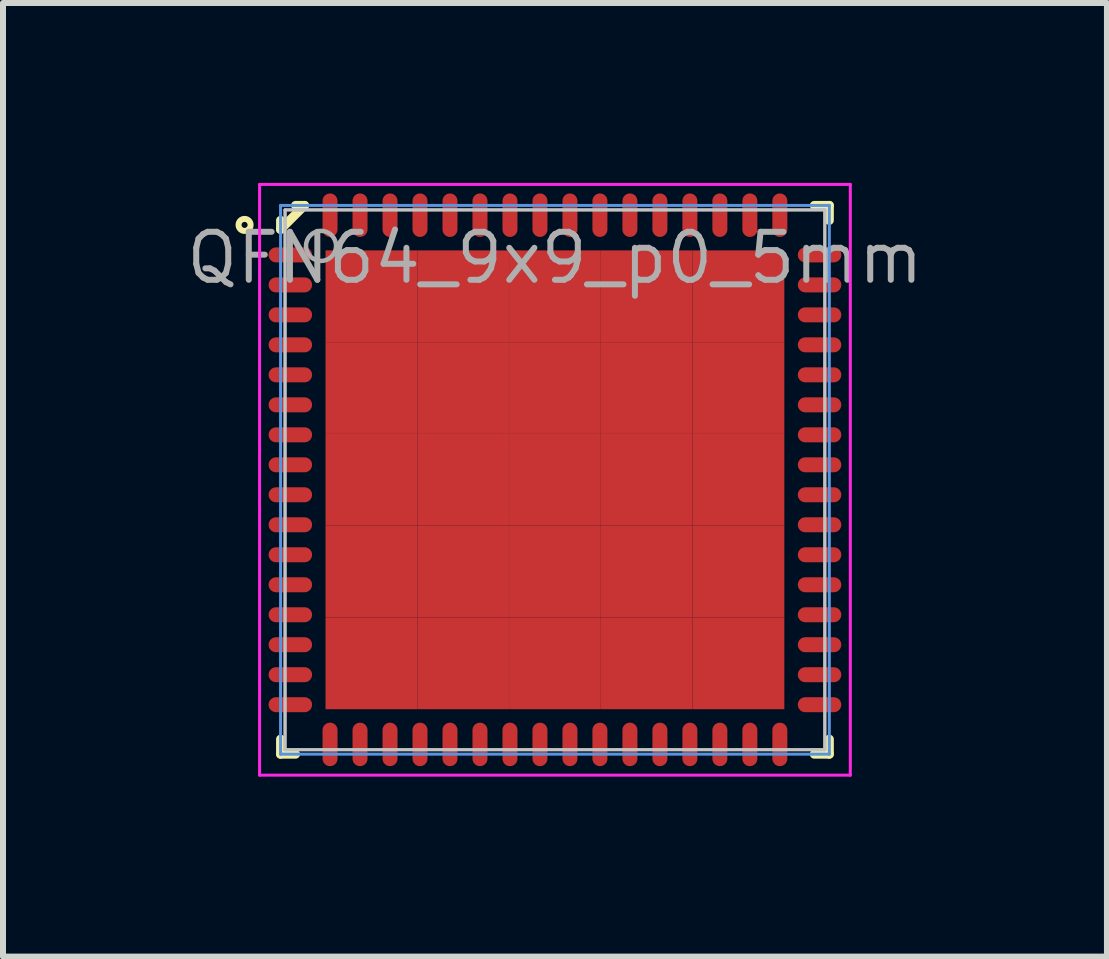
<source format=kicad_pcb>
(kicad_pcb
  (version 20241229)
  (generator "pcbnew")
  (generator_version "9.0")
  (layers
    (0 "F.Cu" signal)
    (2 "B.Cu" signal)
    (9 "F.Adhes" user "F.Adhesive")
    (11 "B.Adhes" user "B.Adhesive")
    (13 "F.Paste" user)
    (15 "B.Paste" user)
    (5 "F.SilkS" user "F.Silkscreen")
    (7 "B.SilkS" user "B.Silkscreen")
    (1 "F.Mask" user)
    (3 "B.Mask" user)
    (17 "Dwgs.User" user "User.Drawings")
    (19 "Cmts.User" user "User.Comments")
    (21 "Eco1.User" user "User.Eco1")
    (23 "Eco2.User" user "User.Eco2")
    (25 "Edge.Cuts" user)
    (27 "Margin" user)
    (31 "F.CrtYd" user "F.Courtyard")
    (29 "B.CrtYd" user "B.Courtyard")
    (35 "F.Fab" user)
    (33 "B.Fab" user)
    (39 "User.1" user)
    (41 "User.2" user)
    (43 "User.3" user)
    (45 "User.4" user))
  (footprint "QFN64_9x9_p0_5mm"
    (layer "F.Cu")
    (at 6.203 4.95)
    (property "Reference" "QFN64_9x9_p0_5mm" (at 0 -3.7 0) (layer "F.Fab") (effects (font (size 0.8 0.8) (thickness 0.1))))
    (attr through_hole)
    (fp_line (start -4.575 -4.175) (end -4.575 -4.325) (stroke (width 0.15) (type solid)) (layer "F.SilkS"))
    (fp_line (start -4.575 -4.175) (end -4.175 -4.575) (stroke (width 0.15) (type solid)) (layer "F.SilkS"))
    (fp_line (start -4.575 4.575) (end -4.575 4.325) (stroke (width 0.15) (type solid)) (layer "F.SilkS"))
    (fp_line (start -4.575 4.575) (end -4.325 4.575) (stroke (width 0.15) (type solid)) (layer "F.SilkS"))
    (fp_line (start -4.325 -4.575) (end -4.175 -4.575) (stroke (width 0.15) (type solid)) (layer "F.SilkS"))
    (fp_line (start 4.575 -4.575) (end 4.325 -4.575) (stroke (width 0.15) (type solid)) (layer "F.SilkS"))
    (fp_line (start 4.575 -4.575) (end 4.575 -4.325) (stroke (width 0.15) (type solid)) (layer "F.SilkS"))
    (fp_line (start 4.575 4.575) (end 4.325 4.575) (stroke (width 0.15) (type solid)) (layer "F.SilkS"))
    (fp_line (start 4.575 4.575) (end 4.575 4.325) (stroke (width 0.15) (type solid)) (layer "F.SilkS"))
    (fp_circle (center -5.175 -4.25) (end -5.104 -4.179) (stroke (width 0.1) (type solid)) (fill no) (layer "F.SilkS"))
    (fp_line (start -4.5 -4.5) (end -4.5 4.5) (stroke (width 0.05) (type solid)) (layer "Dwgs.User"))
    (fp_line (start -4.5 -4.5) (end 4.5 -4.5) (stroke (width 0.05) (type solid)) (layer "Dwgs.User"))
    (fp_line (start -4.5 4.5) (end 4.5 4.5) (stroke (width 0.05) (type solid)) (layer "Dwgs.User"))
    (fp_line (start 4.5 -4.5) (end 4.5 4.5) (stroke (width 0.05) (type solid)) (layer "Dwgs.User"))
    (fp_line (start -4.575 -4.575) (end -4.575 4.575) (stroke (width 0.05) (type solid)) (layer "Cmts.User"))
    (fp_line (start -4.575 -4.575) (end 4.575 -4.575) (stroke (width 0.05) (type solid)) (layer "Cmts.User"))
    (fp_line (start -4.575 4.575) (end 4.575 4.575) (stroke (width 0.05) (type solid)) (layer "Cmts.User"))
    (fp_line (start 4.575 -4.575) (end 4.575 4.575) (stroke (width 0.05) (type solid)) (layer "Cmts.User"))
    (fp_line (start -4.425 -4.425) (end -4.425 4.425) (stroke (width 0.05) (type solid)) (layer "Eco1.User"))
    (fp_line (start -4.425 -4.425) (end 4.425 -4.425) (stroke (width 0.05) (type solid)) (layer "Eco1.User"))
    (fp_line (start -4.425 4.425) (end 4.425 4.425) (stroke (width 0.05) (type solid)) (layer "Eco1.User"))
    (fp_line (start 4.425 -4.425) (end 4.425 4.425) (stroke (width 0.05) (type solid)) (layer "Eco1.User"))
    (fp_line (start -4.925 -4.925) (end -4.925 4.925) (stroke (width 0.05) (type solid)) (layer "F.CrtYd"))
    (fp_line (start -4.925 -4.925) (end 4.925 -4.925) (stroke (width 0.05) (type solid)) (layer "F.CrtYd"))
    (fp_line (start -4.925 4.925) (end 4.925 4.925) (stroke (width 0.05) (type solid)) (layer "F.CrtYd"))
    (fp_line (start 4.925 -4.925) (end 4.925 4.925) (stroke (width 0.05) (type solid)) (layer "F.CrtYd"))
    (fp_line (start -4.5 -4.5) (end -4.5 4.5) (stroke (width 0.05) (type solid)) (layer "F.Fab"))
    (fp_line (start -4.5 -4.5) (end 4.5 -4.5) (stroke (width 0.05) (type solid)) (layer "F.Fab"))
    (fp_line (start -4.5 4.5) (end 4.5 4.5) (stroke (width 0.05) (type solid)) (layer "F.Fab"))
    (fp_line (start 4.5 -4.5) (end 4.5 4.5) (stroke (width 0.05) (type solid)) (layer "F.Fab"))
    (fp_circle (center -3.9 -3.9) (end -3.723 -3.723) (stroke (width 0.075) (type solid)) (fill no) (layer "F.Fab"))
    (pad "1" smd oval (at -4.412 -3.75 180) (size 0.725 0.25) (layers "F.Cu" "F.Mask" "F.Paste"))
    (pad "2" smd oval (at -4.412 -3.25 180) (size 0.725 0.25) (layers "F.Cu" "F.Mask" "F.Paste"))
    (pad "3" smd oval (at -4.412 -2.75 180) (size 0.725 0.25) (layers "F.Cu" "F.Mask" "F.Paste"))
    (pad "4" smd oval (at -4.412 -2.25 180) (size 0.725 0.25) (layers "F.Cu" "F.Mask" "F.Paste"))
    (pad "5" smd oval (at -4.412 -1.75 180) (size 0.725 0.25) (layers "F.Cu" "F.Mask" "F.Paste"))
    (pad "6" smd oval (at -4.412 -1.25 180) (size 0.725 0.25) (layers "F.Cu" "F.Mask" "F.Paste"))
    (pad "7" smd oval (at -4.412 -0.75 180) (size 0.725 0.25) (layers "F.Cu" "F.Mask" "F.Paste"))
    (pad "8" smd oval (at -4.412 -0.25 180) (size 0.725 0.25) (layers "F.Cu" "F.Mask" "F.Paste"))
    (pad "9" smd oval (at -4.412 0.25 180) (size 0.725 0.25) (layers "F.Cu" "F.Mask" "F.Paste"))
    (pad "10" smd oval (at -4.412 0.75 180) (size 0.725 0.25) (layers "F.Cu" "F.Mask" "F.Paste"))
    (pad "11" smd oval (at -4.412 1.25 180) (size 0.725 0.25) (layers "F.Cu" "F.Mask" "F.Paste"))
    (pad "12" smd oval (at -4.412 1.75 180) (size 0.725 0.25) (layers "F.Cu" "F.Mask" "F.Paste"))
    (pad "13" smd oval (at -4.412 2.25 180) (size 0.725 0.25) (layers "F.Cu" "F.Mask" "F.Paste"))
    (pad "14" smd oval (at -4.412 2.75 180) (size 0.725 0.25) (layers "F.Cu" "F.Mask" "F.Paste"))
    (pad "15" smd oval (at -4.412 3.25 180) (size 0.725 0.25) (layers "F.Cu" "F.Mask" "F.Paste"))
    (pad "16" smd oval (at -4.412 3.75 180) (size 0.725 0.25) (layers "F.Cu" "F.Mask" "F.Paste"))
    (pad "17" smd oval (at -3.75 4.412 270) (size 0.725 0.25) (layers "F.Cu" "F.Mask" "F.Paste"))
    (pad "18" smd oval (at -3.25 4.412 270) (size 0.725 0.25) (layers "F.Cu" "F.Mask" "F.Paste"))
    (pad "19" smd oval (at -2.75 4.412 270) (size 0.725 0.25) (layers "F.Cu" "F.Mask" "F.Paste"))
    (pad "20" smd oval (at -2.25 4.412 270) (size 0.725 0.25) (layers "F.Cu" "F.Mask" "F.Paste"))
    (pad "21" smd oval (at -1.75 4.412 270) (size 0.725 0.25) (layers "F.Cu" "F.Mask" "F.Paste"))
    (pad "22" smd oval (at -1.25 4.412 270) (size 0.725 0.25) (layers "F.Cu" "F.Mask" "F.Paste"))
    (pad "23" smd oval (at -0.75 4.412 270) (size 0.725 0.25) (layers "F.Cu" "F.Mask" "F.Paste"))
    (pad "24" smd oval (at -0.25 4.412 270) (size 0.725 0.25) (layers "F.Cu" "F.Mask" "F.Paste"))
    (pad "25" smd oval (at 0.25 4.412 270) (size 0.725 0.25) (layers "F.Cu" "F.Mask" "F.Paste"))
    (pad "26" smd oval (at 0.75 4.412 270) (size 0.725 0.25) (layers "F.Cu" "F.Mask" "F.Paste"))
    (pad "27" smd oval (at 1.25 4.412 270) (size 0.725 0.25) (layers "F.Cu" "F.Mask" "F.Paste"))
    (pad "28" smd oval (at 1.75 4.412 270) (size 0.725 0.25) (layers "F.Cu" "F.Mask" "F.Paste"))
    (pad "29" smd oval (at 2.25 4.412 270) (size 0.725 0.25) (layers "F.Cu" "F.Mask" "F.Paste"))
    (pad "30" smd oval (at 2.75 4.412 270) (size 0.725 0.25) (layers "F.Cu" "F.Mask" "F.Paste"))
    (pad "31" smd oval (at 3.25 4.412 270) (size 0.725 0.25) (layers "F.Cu" "F.Mask" "F.Paste"))
    (pad "32" smd oval (at 3.75 4.412 270) (size 0.725 0.25) (layers "F.Cu" "F.Mask" "F.Paste"))
    (pad "33" smd oval (at 4.412 3.75) (size 0.725 0.25) (layers "F.Cu" "F.Mask" "F.Paste"))
    (pad "34" smd oval (at 4.412 3.25) (size 0.725 0.25) (layers "F.Cu" "F.Mask" "F.Paste"))
    (pad "35" smd oval (at 4.412 2.75) (size 0.725 0.25) (layers "F.Cu" "F.Mask" "F.Paste"))
    (pad "36" smd oval (at 4.412 2.25) (size 0.725 0.25) (layers "F.Cu" "F.Mask" "F.Paste"))
    (pad "37" smd oval (at 4.412 1.75) (size 0.725 0.25) (layers "F.Cu" "F.Mask" "F.Paste"))
    (pad "38" smd oval (at 4.412 1.25) (size 0.725 0.25) (layers "F.Cu" "F.Mask" "F.Paste"))
    (pad "39" smd oval (at 4.412 0.75) (size 0.725 0.25) (layers "F.Cu" "F.Mask" "F.Paste"))
    (pad "40" smd oval (at 4.412 0.25) (size 0.725 0.25) (layers "F.Cu" "F.Mask" "F.Paste"))
    (pad "41" smd oval (at 4.412 -0.25) (size 0.725 0.25) (layers "F.Cu" "F.Mask" "F.Paste"))
    (pad "42" smd oval (at 4.412 -0.75) (size 0.725 0.25) (layers "F.Cu" "F.Mask" "F.Paste"))
    (pad "43" smd oval (at 4.412 -1.25) (size 0.725 0.25) (layers "F.Cu" "F.Mask" "F.Paste"))
    (pad "44" smd oval (at 4.412 -1.75) (size 0.725 0.25) (layers "F.Cu" "F.Mask" "F.Paste"))
    (pad "45" smd oval (at 4.412 -2.25) (size 0.725 0.25) (layers "F.Cu" "F.Mask" "F.Paste"))
    (pad "46" smd oval (at 4.412 -2.75) (size 0.725 0.25) (layers "F.Cu" "F.Mask" "F.Paste"))
    (pad "47" smd oval (at 4.412 -3.25) (size 0.725 0.25) (layers "F.Cu" "F.Mask" "F.Paste"))
    (pad "48" smd oval (at 4.412 -3.75) (size 0.725 0.25) (layers "F.Cu" "F.Mask" "F.Paste"))
    (pad "49" smd oval (at 3.75 -4.412 90) (size 0.725 0.25) (layers "F.Cu" "F.Mask" "F.Paste"))
    (pad "50" smd oval (at 3.25 -4.412 90) (size 0.725 0.25) (layers "F.Cu" "F.Mask" "F.Paste"))
    (pad "51" smd oval (at 2.75 -4.412 90) (size 0.725 0.25) (layers "F.Cu" "F.Mask" "F.Paste"))
    (pad "52" smd oval (at 2.25 -4.412 90) (size 0.725 0.25) (layers "F.Cu" "F.Mask" "F.Paste"))
    (pad "53" smd oval (at 1.75 -4.412 90) (size 0.725 0.25) (layers "F.Cu" "F.Mask" "F.Paste"))
    (pad "54" smd oval (at 1.25 -4.412 90) (size 0.725 0.25) (layers "F.Cu" "F.Mask" "F.Paste"))
    (pad "55" smd oval (at 0.75 -4.412 90) (size 0.725 0.25) (layers "F.Cu" "F.Mask" "F.Paste"))
    (pad "56" smd oval (at 0.25 -4.412 90) (size 0.725 0.25) (layers "F.Cu" "F.Mask" "F.Paste"))
    (pad "57" smd oval (at -0.25 -4.412 90) (size 0.725 0.25) (layers "F.Cu" "F.Mask" "F.Paste"))
    (pad "58" smd oval (at -0.75 -4.412 90) (size 0.725 0.25) (layers "F.Cu" "F.Mask" "F.Paste"))
    (pad "59" smd oval (at -1.25 -4.412 90) (size 0.725 0.25) (layers "F.Cu" "F.Mask" "F.Paste"))
    (pad "60" smd oval (at -1.75 -4.412 90) (size 0.725 0.25) (layers "F.Cu" "F.Mask" "F.Paste"))
    (pad "61" smd oval (at -2.25 -4.412 90) (size 0.725 0.25) (layers "F.Cu" "F.Mask" "F.Paste"))
    (pad "62" smd oval (at -2.75 -4.412 90) (size 0.725 0.25) (layers "F.Cu" "F.Mask" "F.Paste"))
    (pad "63" smd oval (at -3.25 -4.412 90) (size 0.725 0.25) (layers "F.Cu" "F.Mask" "F.Paste"))
    (pad "64" smd oval (at -3.75 -4.412 90) (size 0.725 0.25) (layers "F.Cu" "F.Mask" "F.Paste"))
    (pad "65" smd rect (at -3.06 -3.06) (size 1.53 1.53) (layers "F.Cu" "F.Mask" "F.Paste"))
    (pad "65" smd rect (at -3.06 -1.53) (size 1.53 1.53) (layers "F.Cu" "F.Mask" "F.Paste"))
    (pad "65" smd rect (at -3.06 0) (size 1.53 1.53) (layers "F.Cu" "F.Mask" "F.Paste"))
    (pad "65" smd rect (at -3.06 1.53) (size 1.53 1.53) (layers "F.Cu" "F.Mask" "F.Paste"))
    (pad "65" smd rect (at -3.06 3.06) (size 1.53 1.53) (layers "F.Cu" "F.Mask" "F.Paste"))
    (pad "65" smd rect (at -1.53 -3.06) (size 1.53 1.53) (layers "F.Cu" "F.Mask" "F.Paste"))
    (pad "65" smd rect (at -1.53 -1.53) (size 1.53 1.53) (layers "F.Cu" "F.Mask" "F.Paste"))
    (pad "65" smd rect (at -1.53 0) (size 1.53 1.53) (layers "F.Cu" "F.Mask" "F.Paste"))
    (pad "65" smd rect (at -1.53 1.53) (size 1.53 1.53) (layers "F.Cu" "F.Mask" "F.Paste"))
    (pad "65" smd rect (at -1.53 3.06) (size 1.53 1.53) (layers "F.Cu" "F.Mask" "F.Paste"))
    (pad "65" smd rect (at 0 -3.06) (size 1.53 1.53) (layers "F.Cu" "F.Mask" "F.Paste"))
    (pad "65" smd rect (at 0 -1.53) (size 1.53 1.53) (layers "F.Cu" "F.Mask" "F.Paste"))
    (pad "65" smd rect (at 0 0) (size 1.53 1.53) (layers "F.Cu" "F.Mask" "F.Paste"))
    (pad "65" smd rect (at 0 1.53) (size 1.53 1.53) (layers "F.Cu" "F.Mask" "F.Paste"))
    (pad "65" smd rect (at 0 3.06) (size 1.53 1.53) (layers "F.Cu" "F.Mask" "F.Paste"))
    (pad "65" smd rect (at 1.53 -3.06) (size 1.53 1.53) (layers "F.Cu" "F.Mask" "F.Paste"))
    (pad "65" smd rect (at 1.53 -1.53) (size 1.53 1.53) (layers "F.Cu" "F.Mask" "F.Paste"))
    (pad "65" smd rect (at 1.53 0) (size 1.53 1.53) (layers "F.Cu" "F.Mask" "F.Paste"))
    (pad "65" smd rect (at 1.53 1.53) (size 1.53 1.53) (layers "F.Cu" "F.Mask" "F.Paste"))
    (pad "65" smd rect (at 1.53 3.06) (size 1.53 1.53) (layers "F.Cu" "F.Mask" "F.Paste"))
    (pad "65" smd rect (at 3.06 -3.06) (size 1.53 1.53) (layers "F.Cu" "F.Mask" "F.Paste"))
    (pad "65" smd rect (at 3.06 -1.53) (size 1.53 1.53) (layers "F.Cu" "F.Mask" "F.Paste"))
    (pad "65" smd rect (at 3.06 0) (size 1.53 1.53) (layers "F.Cu" "F.Mask" "F.Paste"))
    (pad "65" smd rect (at 3.06 1.53) (size 1.53 1.53) (layers "F.Cu" "F.Mask" "F.Paste"))
    (pad "65" smd rect (at 3.06 3.06) (size 1.53 1.53) (layers "F.Cu" "F.Mask" "F.Paste")))
  (gr_rect
    (start -3 -3)
    (end 15.407 12.9)
    (stroke (width 0.1) (type default))
    (fill no)
    (layer "Edge.Cuts")))
</source>
